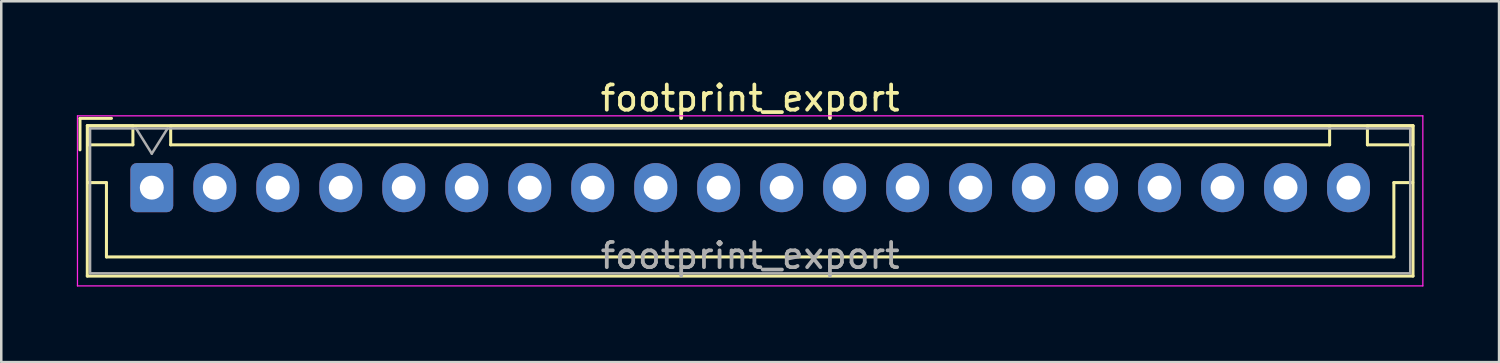
<source format=kicad_pcb>
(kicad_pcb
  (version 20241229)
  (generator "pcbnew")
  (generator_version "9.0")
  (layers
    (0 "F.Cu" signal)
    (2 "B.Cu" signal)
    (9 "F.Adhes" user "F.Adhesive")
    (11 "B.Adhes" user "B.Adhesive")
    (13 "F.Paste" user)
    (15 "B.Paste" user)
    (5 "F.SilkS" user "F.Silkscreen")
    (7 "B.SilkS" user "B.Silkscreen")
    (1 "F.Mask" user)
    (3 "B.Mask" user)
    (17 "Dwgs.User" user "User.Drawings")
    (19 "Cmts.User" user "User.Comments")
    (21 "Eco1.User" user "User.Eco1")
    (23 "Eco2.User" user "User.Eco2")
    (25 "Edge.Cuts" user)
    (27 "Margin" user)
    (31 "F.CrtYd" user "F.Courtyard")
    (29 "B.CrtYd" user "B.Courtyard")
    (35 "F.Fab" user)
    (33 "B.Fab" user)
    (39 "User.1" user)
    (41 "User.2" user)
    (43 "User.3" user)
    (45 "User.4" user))
  (footprint "footprint_export"
    (layer "F.Cu")
    (at 2.975 4.398)
    (property "Reference" "footprint_export" (at 23.75 -3.55 0) (layer "F.SilkS") (effects (font (size 1 1) (thickness 0.15))))
    (attr through_hole)
    (fp_line (start -2.85 -2.75) (end -2.85 -1.5) (stroke (width 0.12) (type solid)) (layer "F.SilkS"))
    (fp_line (start -2.56 -2.46) (end -2.56 3.51) (stroke (width 0.12) (type solid)) (layer "F.SilkS"))
    (fp_line (start -2.56 3.51) (end 50.06 3.51) (stroke (width 0.12) (type solid)) (layer "F.SilkS"))
    (fp_line (start -2.55 -2.45) (end -2.55 -1.7) (stroke (width 0.12) (type solid)) (layer "F.SilkS"))
    (fp_line (start -2.55 -1.7) (end -0.75 -1.7) (stroke (width 0.12) (type solid)) (layer "F.SilkS"))
    (fp_line (start -2.55 -0.2) (end -1.8 -0.2) (stroke (width 0.12) (type solid)) (layer "F.SilkS"))
    (fp_line (start -1.8 -0.2) (end -1.8 2.75) (stroke (width 0.12) (type solid)) (layer "F.SilkS"))
    (fp_line (start -1.8 2.75) (end 23.75 2.75) (stroke (width 0.12) (type solid)) (layer "F.SilkS"))
    (fp_line (start -1.6 -2.75) (end -2.85 -2.75) (stroke (width 0.12) (type solid)) (layer "F.SilkS"))
    (fp_line (start -0.75 -2.45) (end -2.55 -2.45) (stroke (width 0.12) (type solid)) (layer "F.SilkS"))
    (fp_line (start -0.75 -1.7) (end -0.75 -2.45) (stroke (width 0.12) (type solid)) (layer "F.SilkS"))
    (fp_line (start 0.75 -2.45) (end 0.75 -1.7) (stroke (width 0.12) (type solid)) (layer "F.SilkS"))
    (fp_line (start 0.75 -1.7) (end 46.75 -1.7) (stroke (width 0.12) (type solid)) (layer "F.SilkS"))
    (fp_line (start 46.75 -2.45) (end 0.75 -2.45) (stroke (width 0.12) (type solid)) (layer "F.SilkS"))
    (fp_line (start 46.75 -1.7) (end 46.75 -2.45) (stroke (width 0.12) (type solid)) (layer "F.SilkS"))
    (fp_line (start 48.25 -2.45) (end 48.25 -1.7) (stroke (width 0.12) (type solid)) (layer "F.SilkS"))
    (fp_line (start 48.25 -1.7) (end 50.05 -1.7) (stroke (width 0.12) (type solid)) (layer "F.SilkS"))
    (fp_line (start 49.3 -0.2) (end 49.3 2.75) (stroke (width 0.12) (type solid)) (layer "F.SilkS"))
    (fp_line (start 49.3 2.75) (end 23.75 2.75) (stroke (width 0.12) (type solid)) (layer "F.SilkS"))
    (fp_line (start 50.05 -2.45) (end 48.25 -2.45) (stroke (width 0.12) (type solid)) (layer "F.SilkS"))
    (fp_line (start 50.05 -1.7) (end 50.05 -2.45) (stroke (width 0.12) (type solid)) (layer "F.SilkS"))
    (fp_line (start 50.05 -0.2) (end 49.3 -0.2) (stroke (width 0.12) (type solid)) (layer "F.SilkS"))
    (fp_line (start 50.06 -2.46) (end -2.56 -2.46) (stroke (width 0.12) (type solid)) (layer "F.SilkS"))
    (fp_line (start 50.06 3.51) (end 50.06 -2.46) (stroke (width 0.12) (type solid)) (layer "F.SilkS"))
    (fp_line (start -2.95 -2.85) (end -2.95 3.9) (stroke (width 0.05) (type solid)) (layer "F.CrtYd"))
    (fp_line (start -2.95 3.9) (end 50.45 3.9) (stroke (width 0.05) (type solid)) (layer "F.CrtYd"))
    (fp_line (start 50.45 -2.85) (end -2.95 -2.85) (stroke (width 0.05) (type solid)) (layer "F.CrtYd"))
    (fp_line (start 50.45 3.9) (end 50.45 -2.85) (stroke (width 0.05) (type solid)) (layer "F.CrtYd"))
    (fp_line (start -2.45 -2.35) (end -2.45 3.4) (stroke (width 0.1) (type solid)) (layer "F.Fab"))
    (fp_line (start -2.45 3.4) (end 49.95 3.4) (stroke (width 0.1) (type solid)) (layer "F.Fab"))
    (fp_line (start -0.625 -2.35) (end 0 -1.35) (stroke (width 0.1) (type solid)) (layer "F.Fab"))
    (fp_line (start 0 -1.35) (end 0.625 -2.35) (stroke (width 0.1) (type solid)) (layer "F.Fab"))
    (fp_line (start 49.95 -2.35) (end -2.45 -2.35) (stroke (width 0.1) (type solid)) (layer "F.Fab"))
    (fp_line (start 49.95 3.4) (end 49.95 -2.35) (stroke (width 0.1) (type solid)) (layer "F.Fab"))
    (fp_text user "${REFERENCE}" (at 23.75 2.7 0) (layer "F.Fab") (effects (font (size 1 1) (thickness 0.15))))
    (pad "1" thru_hole roundrect (at 0 0) (size 1.7 1.95) (drill 0.95) (layers "*.Cu" "*.Mask") (roundrect_rratio 0.147))
    (pad "2" thru_hole oval (at 2.5 0) (size 1.7 1.95) (drill 0.95) (layers "*.Cu" "*.Mask"))
    (pad "3" thru_hole oval (at 5 0) (size 1.7 1.95) (drill 0.95) (layers "*.Cu" "*.Mask"))
    (pad "4" thru_hole oval (at 7.5 0) (size 1.7 1.95) (drill 0.95) (layers "*.Cu" "*.Mask"))
    (pad "5" thru_hole oval (at 10 0) (size 1.7 1.95) (drill 0.95) (layers "*.Cu" "*.Mask"))
    (pad "6" thru_hole oval (at 12.5 0) (size 1.7 1.95) (drill 0.95) (layers "*.Cu" "*.Mask"))
    (pad "7" thru_hole oval (at 15 0) (size 1.7 1.95) (drill 0.95) (layers "*.Cu" "*.Mask"))
    (pad "8" thru_hole oval (at 17.5 0) (size 1.7 1.95) (drill 0.95) (layers "*.Cu" "*.Mask"))
    (pad "9" thru_hole oval (at 20 0) (size 1.7 1.95) (drill 0.95) (layers "*.Cu" "*.Mask"))
    (pad "10" thru_hole oval (at 22.5 0) (size 1.7 1.95) (drill 0.95) (layers "*.Cu" "*.Mask"))
    (pad "11" thru_hole oval (at 25 0) (size 1.7 1.95) (drill 0.95) (layers "*.Cu" "*.Mask"))
    (pad "12" thru_hole oval (at 27.5 0) (size 1.7 1.95) (drill 0.95) (layers "*.Cu" "*.Mask"))
    (pad "13" thru_hole oval (at 30 0) (size 1.7 1.95) (drill 0.95) (layers "*.Cu" "*.Mask"))
    (pad "14" thru_hole oval (at 32.5 0) (size 1.7 1.95) (drill 0.95) (layers "*.Cu" "*.Mask"))
    (pad "15" thru_hole oval (at 35 0) (size 1.7 1.95) (drill 0.95) (layers "*.Cu" "*.Mask"))
    (pad "16" thru_hole oval (at 37.5 0) (size 1.7 1.95) (drill 0.95) (layers "*.Cu" "*.Mask"))
    (pad "17" thru_hole oval (at 40 0) (size 1.7 1.95) (drill 0.95) (layers "*.Cu" "*.Mask"))
    (pad "18" thru_hole oval (at 42.5 0) (size 1.7 1.95) (drill 0.95) (layers "*.Cu" "*.Mask"))
    (pad "19" thru_hole oval (at 45 0) (size 1.7 1.95) (drill 0.95) (layers "*.Cu" "*.Mask"))
    (pad "20" thru_hole oval (at 47.5 0) (size 1.7 1.95) (drill 0.95) (layers "*.Cu" "*.Mask")))
  (gr_rect
    (start -3 -3)
    (end 56.45 11.323)
    (stroke (width 0.1) (type default))
    (fill no)
    (layer "Edge.Cuts")))
</source>
